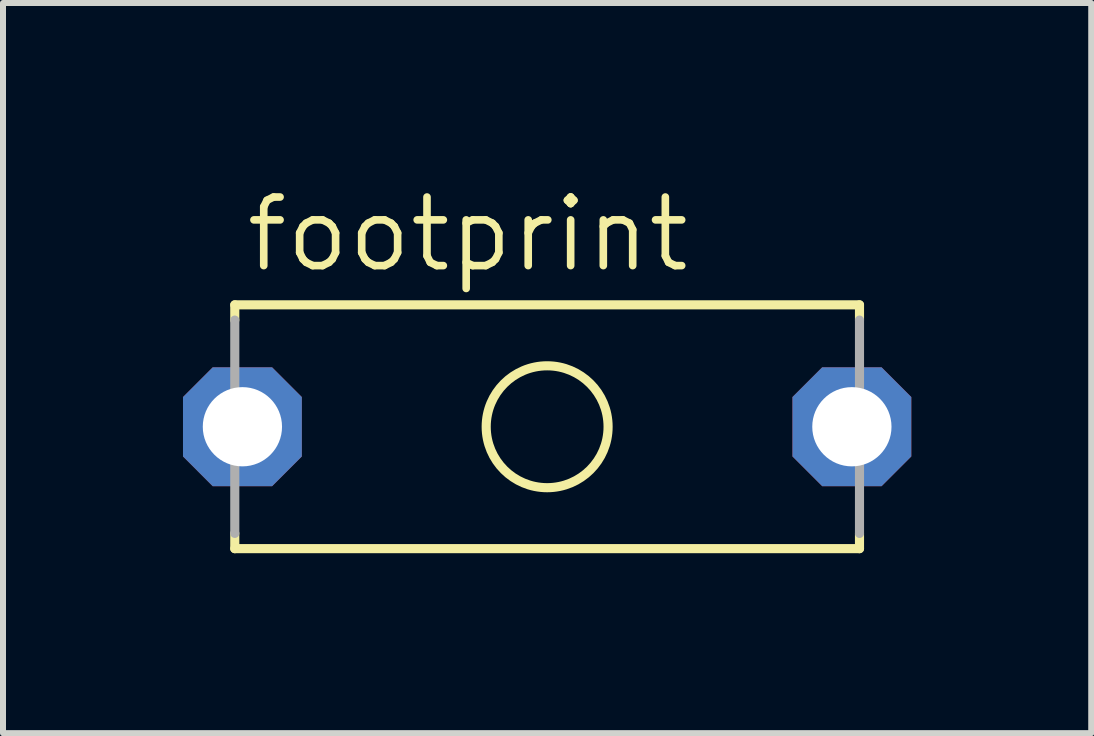
<source format=kicad_pcb>
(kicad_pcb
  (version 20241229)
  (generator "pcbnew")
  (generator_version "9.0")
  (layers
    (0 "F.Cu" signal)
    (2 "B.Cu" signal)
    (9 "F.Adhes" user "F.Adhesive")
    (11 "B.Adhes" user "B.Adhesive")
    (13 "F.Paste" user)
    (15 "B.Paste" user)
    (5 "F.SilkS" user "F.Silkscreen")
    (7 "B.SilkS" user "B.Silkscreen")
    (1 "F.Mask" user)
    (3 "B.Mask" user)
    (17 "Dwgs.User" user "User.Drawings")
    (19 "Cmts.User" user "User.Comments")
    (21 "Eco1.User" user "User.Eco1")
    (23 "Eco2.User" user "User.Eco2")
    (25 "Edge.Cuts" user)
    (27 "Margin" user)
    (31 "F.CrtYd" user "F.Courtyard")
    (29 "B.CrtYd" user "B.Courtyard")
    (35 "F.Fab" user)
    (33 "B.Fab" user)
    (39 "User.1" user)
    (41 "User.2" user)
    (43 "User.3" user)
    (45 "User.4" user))
  (footprint "footprint"
    (layer "F.Cu")
    (at 6.071 4.064)
    (property "Reference" "footprint" (at -5.08 -2.54 0) (layer "F.SilkS") (effects (font (size 1.143 1.143) (thickness 0.127)) (justify left bottom)))
    (fp_line (start -5.207 -2.032) (end 5.207 -2.032) (stroke (width 0.152) (type solid)) (layer "F.SilkS"))
    (fp_line (start -5.207 -1.778) (end -5.207 -2.032) (stroke (width 0.152) (type solid)) (layer "F.SilkS"))
    (fp_line (start -5.207 2.032) (end -5.207 1.778) (stroke (width 0.152) (type solid)) (layer "F.SilkS"))
    (fp_line (start 5.207 -2.032) (end 5.207 -1.778) (stroke (width 0.152) (type solid)) (layer "F.SilkS"))
    (fp_line (start 5.207 1.778) (end 5.207 2.032) (stroke (width 0.152) (type solid)) (layer "F.SilkS"))
    (fp_line (start 5.207 2.032) (end -5.207 2.032) (stroke (width 0.152) (type solid)) (layer "F.SilkS"))
    (fp_circle (center 0 0) (end 1.016 0) (stroke (width 0.152) (type solid)) (fill no) (layer "F.SilkS"))
    (fp_line (start -5.207 1.778) (end -5.207 -1.778) (stroke (width 0.152) (type solid)) (layer "F.Fab"))
    (fp_line (start 5.207 -1.778) (end 5.207 1.778) (stroke (width 0.152) (type solid)) (layer "F.Fab"))
    (pad "1" thru_hole roundrect (at -5.08 0) (size 1.981 1.981) (drill 1.321) (layers "*.Cu" "*.Mask") (roundrect_rratio 0.25) (chamfer_ratio 0.25) (chamfer top_left top_right bottom_left bottom_right))
    (pad "1@1" thru_hole roundrect (at 5.08 0) (size 1.981 1.981) (drill 1.321) (layers "*.Cu" "*.Mask") (roundrect_rratio 0.25) (chamfer_ratio 0.25) (chamfer top_left top_right bottom_left bottom_right)))
  (gr_rect
    (start -3 -3)
    (end 15.141 9.172)
    (stroke (width 0.1) (type default))
    (fill no)
    (layer "Edge.Cuts")))
</source>
